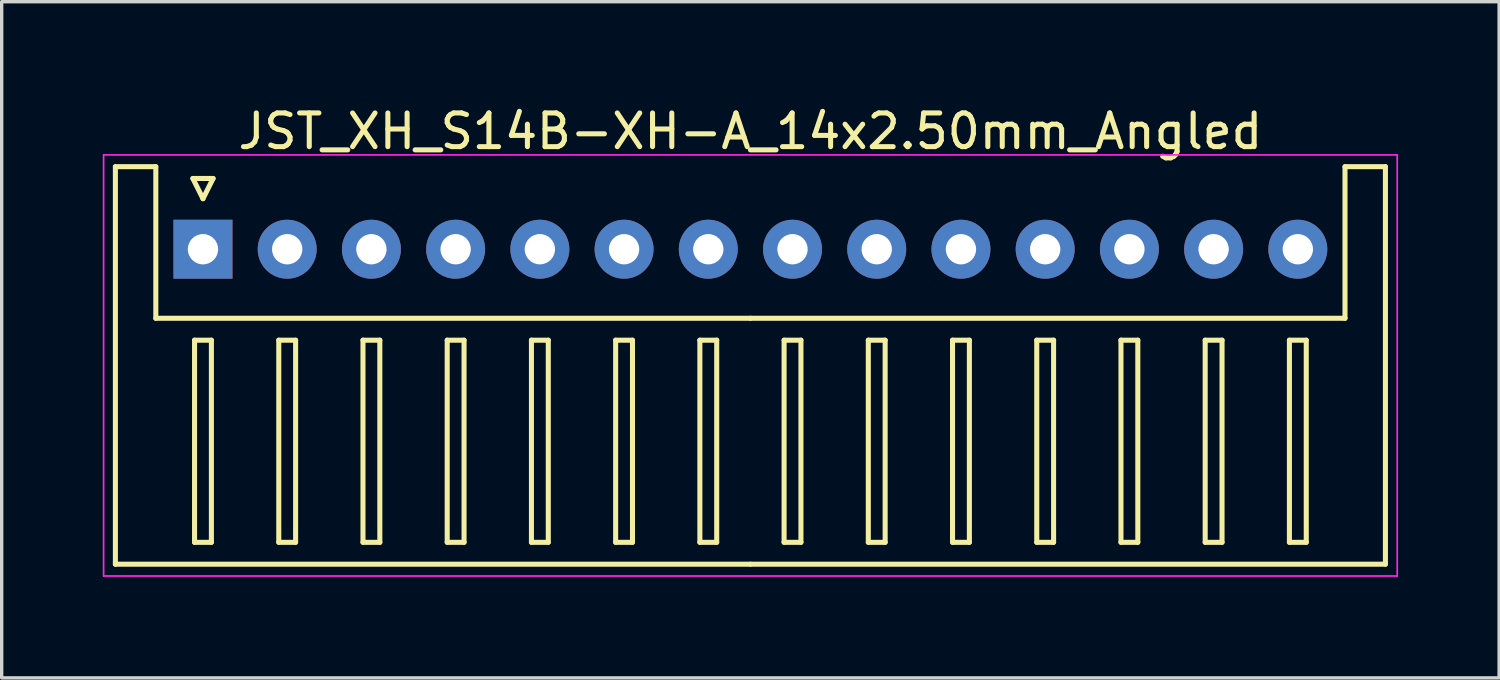
<source format=kicad_pcb>
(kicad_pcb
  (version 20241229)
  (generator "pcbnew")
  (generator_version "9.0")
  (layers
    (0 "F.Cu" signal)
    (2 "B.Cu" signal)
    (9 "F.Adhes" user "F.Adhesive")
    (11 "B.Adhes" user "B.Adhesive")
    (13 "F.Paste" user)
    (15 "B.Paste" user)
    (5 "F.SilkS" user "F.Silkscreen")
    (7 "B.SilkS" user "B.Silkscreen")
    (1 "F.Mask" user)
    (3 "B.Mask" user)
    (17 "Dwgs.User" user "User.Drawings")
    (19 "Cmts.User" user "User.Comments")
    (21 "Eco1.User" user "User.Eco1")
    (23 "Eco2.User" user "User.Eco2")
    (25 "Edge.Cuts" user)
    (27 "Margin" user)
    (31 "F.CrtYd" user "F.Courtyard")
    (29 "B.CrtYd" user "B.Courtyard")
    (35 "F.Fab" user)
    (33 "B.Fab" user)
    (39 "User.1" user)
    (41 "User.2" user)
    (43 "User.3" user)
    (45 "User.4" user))
  (footprint "JST_XH_S14B-XH-A_14x2.50mm_Angled"
    (layer "F.Cu")
    (at 2.975 4.348)
    (property "Reference" "JST_XH_S14B-XH-A_14x2.50mm_Angled" (at 16.25 -3.5 0) (layer "F.SilkS") (effects (font (size 1 1) (thickness 0.15))))
    (attr through_hole)
    (fp_line (start -2.6 -2.45) (end -1.4 -2.45) (stroke (width 0.15) (type solid)) (layer "F.SilkS"))
    (fp_line (start -2.6 9.35) (end -2.6 -2.45) (stroke (width 0.15) (type solid)) (layer "F.SilkS"))
    (fp_line (start -1.4 -2.45) (end -1.4 2.05) (stroke (width 0.15) (type solid)) (layer "F.SilkS"))
    (fp_line (start -1.4 2.05) (end 16.25 2.05) (stroke (width 0.15) (type solid)) (layer "F.SilkS"))
    (fp_line (start -0.3 -2.1) (end 0.3 -2.1) (stroke (width 0.15) (type solid)) (layer "F.SilkS"))
    (fp_line (start -0.25 2.7) (end -0.25 8.7) (stroke (width 0.15) (type solid)) (layer "F.SilkS"))
    (fp_line (start -0.25 8.7) (end 0.25 8.7) (stroke (width 0.15) (type solid)) (layer "F.SilkS"))
    (fp_line (start 0 -1.5) (end -0.3 -2.1) (stroke (width 0.15) (type solid)) (layer "F.SilkS"))
    (fp_line (start 0.25 2.7) (end -0.25 2.7) (stroke (width 0.15) (type solid)) (layer "F.SilkS"))
    (fp_line (start 0.25 8.7) (end 0.25 2.7) (stroke (width 0.15) (type solid)) (layer "F.SilkS"))
    (fp_line (start 0.3 -2.1) (end 0 -1.5) (stroke (width 0.15) (type solid)) (layer "F.SilkS"))
    (fp_line (start 2.25 2.7) (end 2.25 8.7) (stroke (width 0.15) (type solid)) (layer "F.SilkS"))
    (fp_line (start 2.25 8.7) (end 2.75 8.7) (stroke (width 0.15) (type solid)) (layer "F.SilkS"))
    (fp_line (start 2.75 2.7) (end 2.25 2.7) (stroke (width 0.15) (type solid)) (layer "F.SilkS"))
    (fp_line (start 2.75 8.7) (end 2.75 2.7) (stroke (width 0.15) (type solid)) (layer "F.SilkS"))
    (fp_line (start 4.75 2.7) (end 4.75 8.7) (stroke (width 0.15) (type solid)) (layer "F.SilkS"))
    (fp_line (start 4.75 8.7) (end 5.25 8.7) (stroke (width 0.15) (type solid)) (layer "F.SilkS"))
    (fp_line (start 5.25 2.7) (end 4.75 2.7) (stroke (width 0.15) (type solid)) (layer "F.SilkS"))
    (fp_line (start 5.25 8.7) (end 5.25 2.7) (stroke (width 0.15) (type solid)) (layer "F.SilkS"))
    (fp_line (start 7.25 2.7) (end 7.25 8.7) (stroke (width 0.15) (type solid)) (layer "F.SilkS"))
    (fp_line (start 7.25 8.7) (end 7.75 8.7) (stroke (width 0.15) (type solid)) (layer "F.SilkS"))
    (fp_line (start 7.75 2.7) (end 7.25 2.7) (stroke (width 0.15) (type solid)) (layer "F.SilkS"))
    (fp_line (start 7.75 8.7) (end 7.75 2.7) (stroke (width 0.15) (type solid)) (layer "F.SilkS"))
    (fp_line (start 9.75 2.7) (end 9.75 8.7) (stroke (width 0.15) (type solid)) (layer "F.SilkS"))
    (fp_line (start 9.75 8.7) (end 10.25 8.7) (stroke (width 0.15) (type solid)) (layer "F.SilkS"))
    (fp_line (start 10.25 2.7) (end 9.75 2.7) (stroke (width 0.15) (type solid)) (layer "F.SilkS"))
    (fp_line (start 10.25 8.7) (end 10.25 2.7) (stroke (width 0.15) (type solid)) (layer "F.SilkS"))
    (fp_line (start 12.25 2.7) (end 12.25 8.7) (stroke (width 0.15) (type solid)) (layer "F.SilkS"))
    (fp_line (start 12.25 8.7) (end 12.75 8.7) (stroke (width 0.15) (type solid)) (layer "F.SilkS"))
    (fp_line (start 12.75 2.7) (end 12.25 2.7) (stroke (width 0.15) (type solid)) (layer "F.SilkS"))
    (fp_line (start 12.75 8.7) (end 12.75 2.7) (stroke (width 0.15) (type solid)) (layer "F.SilkS"))
    (fp_line (start 14.75 2.7) (end 14.75 8.7) (stroke (width 0.15) (type solid)) (layer "F.SilkS"))
    (fp_line (start 14.75 8.7) (end 15.25 8.7) (stroke (width 0.15) (type solid)) (layer "F.SilkS"))
    (fp_line (start 15.25 2.7) (end 14.75 2.7) (stroke (width 0.15) (type solid)) (layer "F.SilkS"))
    (fp_line (start 15.25 8.7) (end 15.25 2.7) (stroke (width 0.15) (type solid)) (layer "F.SilkS"))
    (fp_line (start 16.25 9.35) (end -2.6 9.35) (stroke (width 0.15) (type solid)) (layer "F.SilkS"))
    (fp_line (start 16.25 9.35) (end 35.1 9.35) (stroke (width 0.15) (type solid)) (layer "F.SilkS"))
    (fp_line (start 17.25 2.7) (end 17.25 8.7) (stroke (width 0.15) (type solid)) (layer "F.SilkS"))
    (fp_line (start 17.25 8.7) (end 17.75 8.7) (stroke (width 0.15) (type solid)) (layer "F.SilkS"))
    (fp_line (start 17.75 2.7) (end 17.25 2.7) (stroke (width 0.15) (type solid)) (layer "F.SilkS"))
    (fp_line (start 17.75 8.7) (end 17.75 2.7) (stroke (width 0.15) (type solid)) (layer "F.SilkS"))
    (fp_line (start 19.75 2.7) (end 19.75 8.7) (stroke (width 0.15) (type solid)) (layer "F.SilkS"))
    (fp_line (start 19.75 8.7) (end 20.25 8.7) (stroke (width 0.15) (type solid)) (layer "F.SilkS"))
    (fp_line (start 20.25 2.7) (end 19.75 2.7) (stroke (width 0.15) (type solid)) (layer "F.SilkS"))
    (fp_line (start 20.25 8.7) (end 20.25 2.7) (stroke (width 0.15) (type solid)) (layer "F.SilkS"))
    (fp_line (start 22.25 2.7) (end 22.25 8.7) (stroke (width 0.15) (type solid)) (layer "F.SilkS"))
    (fp_line (start 22.25 8.7) (end 22.75 8.7) (stroke (width 0.15) (type solid)) (layer "F.SilkS"))
    (fp_line (start 22.75 2.7) (end 22.25 2.7) (stroke (width 0.15) (type solid)) (layer "F.SilkS"))
    (fp_line (start 22.75 8.7) (end 22.75 2.7) (stroke (width 0.15) (type solid)) (layer "F.SilkS"))
    (fp_line (start 24.75 2.7) (end 24.75 8.7) (stroke (width 0.15) (type solid)) (layer "F.SilkS"))
    (fp_line (start 24.75 8.7) (end 25.25 8.7) (stroke (width 0.15) (type solid)) (layer "F.SilkS"))
    (fp_line (start 25.25 2.7) (end 24.75 2.7) (stroke (width 0.15) (type solid)) (layer "F.SilkS"))
    (fp_line (start 25.25 8.7) (end 25.25 2.7) (stroke (width 0.15) (type solid)) (layer "F.SilkS"))
    (fp_line (start 27.25 2.7) (end 27.25 8.7) (stroke (width 0.15) (type solid)) (layer "F.SilkS"))
    (fp_line (start 27.25 8.7) (end 27.75 8.7) (stroke (width 0.15) (type solid)) (layer "F.SilkS"))
    (fp_line (start 27.75 2.7) (end 27.25 2.7) (stroke (width 0.15) (type solid)) (layer "F.SilkS"))
    (fp_line (start 27.75 8.7) (end 27.75 2.7) (stroke (width 0.15) (type solid)) (layer "F.SilkS"))
    (fp_line (start 29.75 2.7) (end 29.75 8.7) (stroke (width 0.15) (type solid)) (layer "F.SilkS"))
    (fp_line (start 29.75 8.7) (end 30.25 8.7) (stroke (width 0.15) (type solid)) (layer "F.SilkS"))
    (fp_line (start 30.25 2.7) (end 29.75 2.7) (stroke (width 0.15) (type solid)) (layer "F.SilkS"))
    (fp_line (start 30.25 8.7) (end 30.25 2.7) (stroke (width 0.15) (type solid)) (layer "F.SilkS"))
    (fp_line (start 32.25 2.7) (end 32.25 8.7) (stroke (width 0.15) (type solid)) (layer "F.SilkS"))
    (fp_line (start 32.25 8.7) (end 32.75 8.7) (stroke (width 0.15) (type solid)) (layer "F.SilkS"))
    (fp_line (start 32.75 2.7) (end 32.25 2.7) (stroke (width 0.15) (type solid)) (layer "F.SilkS"))
    (fp_line (start 32.75 8.7) (end 32.75 2.7) (stroke (width 0.15) (type solid)) (layer "F.SilkS"))
    (fp_line (start 33.9 -2.45) (end 33.9 2.05) (stroke (width 0.15) (type solid)) (layer "F.SilkS"))
    (fp_line (start 33.9 2.05) (end 16.25 2.05) (stroke (width 0.15) (type solid)) (layer "F.SilkS"))
    (fp_line (start 35.1 -2.45) (end 33.9 -2.45) (stroke (width 0.15) (type solid)) (layer "F.SilkS"))
    (fp_line (start 35.1 9.35) (end 35.1 -2.45) (stroke (width 0.15) (type solid)) (layer "F.SilkS"))
    (fp_line (start -2.95 -2.8) (end -2.95 9.7) (stroke (width 0.05) (type solid)) (layer "F.CrtYd"))
    (fp_line (start -2.95 9.7) (end 35.45 9.7) (stroke (width 0.05) (type solid)) (layer "F.CrtYd"))
    (fp_line (start 35.45 -2.8) (end -2.95 -2.8) (stroke (width 0.05) (type solid)) (layer "F.CrtYd"))
    (fp_line (start 35.45 9.7) (end 35.45 -2.8) (stroke (width 0.05) (type solid)) (layer "F.CrtYd"))
    (pad "1" thru_hole rect (at 0 0) (size 1.75 1.75) (drill 0.9) (layers "*.Cu" "*.Mask"))
    (pad "2" thru_hole circle (at 2.5 0) (size 1.75 1.75) (drill 0.9) (layers "*.Cu" "*.Mask"))
    (pad "3" thru_hole circle (at 5 0) (size 1.75 1.75) (drill 0.9) (layers "*.Cu" "*.Mask"))
    (pad "4" thru_hole circle (at 7.5 0) (size 1.75 1.75) (drill 0.9) (layers "*.Cu" "*.Mask"))
    (pad "5" thru_hole circle (at 10 0) (size 1.75 1.75) (drill 0.9) (layers "*.Cu" "*.Mask"))
    (pad "6" thru_hole circle (at 12.5 0) (size 1.75 1.75) (drill 0.9) (layers "*.Cu" "*.Mask"))
    (pad "7" thru_hole circle (at 15 0) (size 1.75 1.75) (drill 0.9) (layers "*.Cu" "*.Mask"))
    (pad "8" thru_hole circle (at 17.5 0) (size 1.75 1.75) (drill 0.9) (layers "*.Cu" "*.Mask"))
    (pad "9" thru_hole circle (at 20 0) (size 1.75 1.75) (drill 0.9) (layers "*.Cu" "*.Mask"))
    (pad "10" thru_hole circle (at 22.5 0) (size 1.75 1.75) (drill 0.9) (layers "*.Cu" "*.Mask"))
    (pad "11" thru_hole circle (at 25 0) (size 1.75 1.75) (drill 0.9) (layers "*.Cu" "*.Mask"))
    (pad "12" thru_hole circle (at 27.5 0) (size 1.75 1.75) (drill 0.9) (layers "*.Cu" "*.Mask"))
    (pad "13" thru_hole circle (at 30 0) (size 1.75 1.75) (drill 0.9) (layers "*.Cu" "*.Mask"))
    (pad "14" thru_hole circle (at 32.5 0) (size 1.75 1.75) (drill 0.9) (layers "*.Cu" "*.Mask")))
  (gr_rect
    (start -3 -3)
    (end 41.45 17.073)
    (stroke (width 0.1) (type default))
    (fill no)
    (layer "Edge.Cuts")))
</source>
